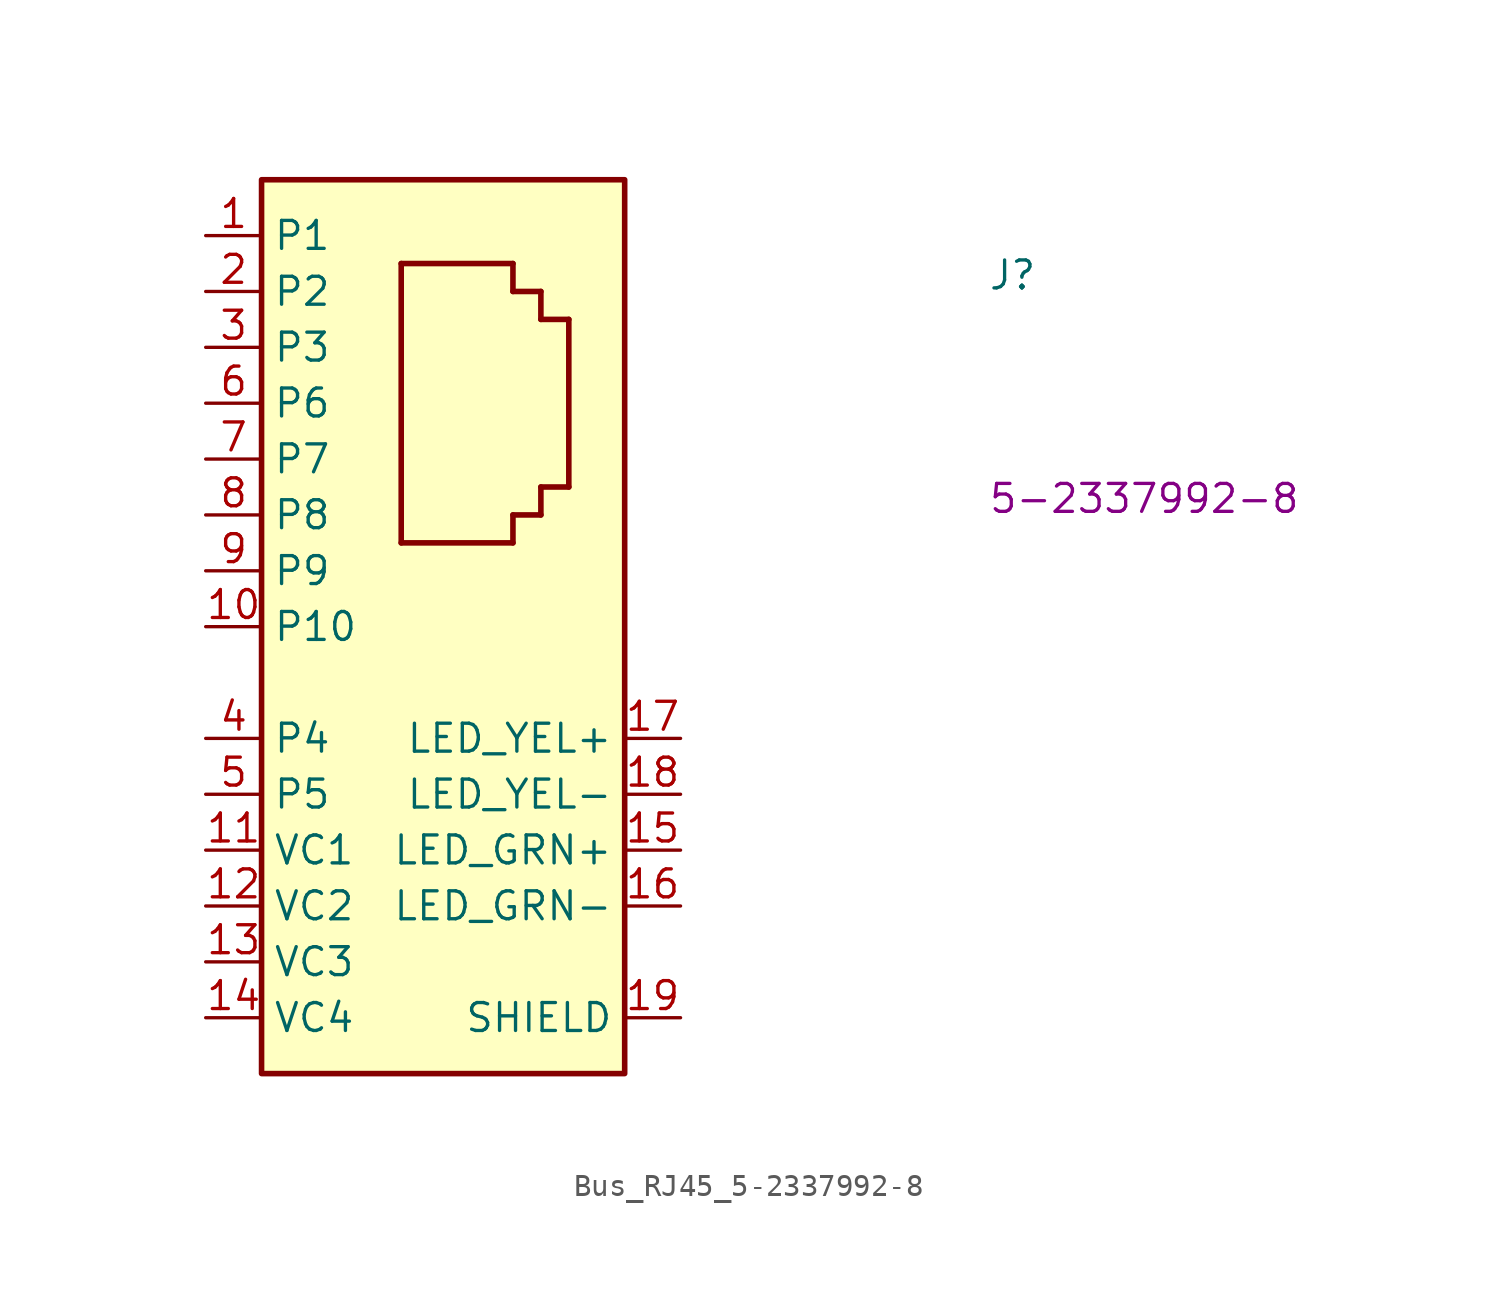
<source format=kicad_sym>
(kicad_symbol_lib
  (version 20220914)
  (generator kicad_symbol_editor)
  (symbol "Bus_RJ45_5-2337992-8"
    (property "Reference" "J"
      (at 35.56 -2.54 0)
      (effects (font (size 1.27 1.27) (thickness 0.15)) (justify left bottom)))
    (property "MPN" "5-2337992-8"
      (at 35.56 -12.7 0)
      (effects (font (size 1.27 1.27) (thickness 0.15)) (justify left bottom)))
    (symbol "Bus_RJ45_5-2337992-8_1_1"
      (polyline (pts (xy 8.89 -13.97) (xy 13.97 -13.97)) (stroke (width 0.254) (type default)) (fill (type background)))
      (polyline (pts (xy 8.89 -1.27) (xy 8.89 -13.97)) (stroke (width 0.254) (type default)) (fill (type background)))
      (polyline (pts (xy 8.89 -1.27) (xy 13.97 -1.27)) (stroke (width 0.254) (type default)) (fill (type background)))
      (polyline (pts (xy 13.97 -13.97) (xy 13.97 -12.7)) (stroke (width 0.254) (type default)) (fill (type background)))
      (polyline (pts (xy 13.97 -12.7) (xy 15.24 -12.7)) (stroke (width 0.254) (type default)) (fill (type background)))
      (polyline (pts (xy 13.97 -2.54) (xy 15.24 -2.54)) (stroke (width 0.254) (type default)) (fill (type background)))
      (polyline (pts (xy 13.97 -1.27) (xy 13.97 -2.54)) (stroke (width 0.254) (type default)) (fill (type background)))
      (polyline (pts (xy 15.24 -12.7) (xy 15.24 -11.43)) (stroke (width 0.254) (type default)) (fill (type background)))
      (polyline (pts (xy 15.24 -11.43) (xy 16.51 -11.43)) (stroke (width 0.254) (type default)) (fill (type background)))
      (polyline (pts (xy 15.24 -3.81) (xy 16.51 -3.81)) (stroke (width 0.254) (type default)) (fill (type background)))
      (polyline (pts (xy 15.24 -2.54) (xy 15.24 -3.81)) (stroke (width 0.254) (type default)) (fill (type background)))
      (polyline (pts (xy 16.51 -3.81) (xy 16.51 -11.43)) (stroke (width 0.254) (type default)) (fill (type background)))
      (rectangle (start 2.54 2.54) (end 19.05 -38.1) (stroke (width 0.254) (type default)) (fill (type background)))
      (pin bidirectional line (at 0 0 0) (length 2.54) (name "P1" (effects (font (size 1.27 1.27)))) (number "1" (effects (font (size 1.27 1.27)))))
      (pin bidirectional line (at 0 -17.78 0) (length 2.54) (name "P10" (effects (font (size 1.27 1.27)))) (number "10" (effects (font (size 1.27 1.27)))))
      (pin bidirectional line (at 0 -27.94 0) (length 2.54) (name "VC1" (effects (font (size 1.27 1.27)))) (number "11" (effects (font (size 1.27 1.27)))))
      (pin bidirectional line (at 0 -30.48 0) (length 2.54) (name "VC2" (effects (font (size 1.27 1.27)))) (number "12" (effects (font (size 1.27 1.27)))))
      (pin bidirectional line (at 0 -33.02 0) (length 2.54) (name "VC3" (effects (font (size 1.27 1.27)))) (number "13" (effects (font (size 1.27 1.27)))))
      (pin bidirectional line (at 0 -35.56 0) (length 2.54) (name "VC4" (effects (font (size 1.27 1.27)))) (number "14" (effects (font (size 1.27 1.27)))))
      (pin passive line (at 21.59 -27.94 180) (length 2.54) (name "LED_GRN+" (effects (font (size 1.27 1.27)))) (number "15" (effects (font (size 1.27 1.27)))))
      (pin passive line (at 21.59 -30.48 180) (length 2.54) (name "LED_GRN-" (effects (font (size 1.27 1.27)))) (number "16" (effects (font (size 1.27 1.27)))))
      (pin passive line (at 21.59 -22.86 180) (length 2.54) (name "LED_YEL+" (effects (font (size 1.27 1.27)))) (number "17" (effects (font (size 1.27 1.27)))))
      (pin passive line (at 21.59 -25.4 180) (length 2.54) (name "LED_YEL-" (effects (font (size 1.27 1.27)))) (number "18" (effects (font (size 1.27 1.27)))))
      (pin passive line (at 21.59 -35.56 180) (length 2.54) (name "SHIELD" (effects (font (size 1.27 1.27)))) (number "19" (effects (font (size 1.27 1.27)))))
      (pin bidirectional line (at 0 -2.54 0) (length 2.54) (name "P2" (effects (font (size 1.27 1.27)))) (number "2" (effects (font (size 1.27 1.27)))))
      (pin passive line (at 21.59 -35.56 180) (length 2.54) hide (name "SHIELD" (effects (font (size 1.27 1.27)))) (number "20" (effects (font (size 1.27 1.27)))))
      (pin bidirectional line (at 0 -5.08 0) (length 2.54) (name "P3" (effects (font (size 1.27 1.27)))) (number "3" (effects (font (size 1.27 1.27)))))
      (pin bidirectional line (at 0 -22.86 0) (length 2.54) (name "P4" (effects (font (size 1.27 1.27)))) (number "4" (effects (font (size 1.27 1.27)))))
      (pin bidirectional line (at 0 -25.4 0) (length 2.54) (name "P5" (effects (font (size 1.27 1.27)))) (number "5" (effects (font (size 1.27 1.27)))))
      (pin bidirectional line (at 0 -7.62 0) (length 2.54) (name "P6" (effects (font (size 1.27 1.27)))) (number "6" (effects (font (size 1.27 1.27)))))
      (pin bidirectional line (at 0 -10.16 0) (length 2.54) (name "P7" (effects (font (size 1.27 1.27)))) (number "7" (effects (font (size 1.27 1.27)))))
      (pin bidirectional line (at 0 -12.7 0) (length 2.54) (name "P8" (effects (font (size 1.27 1.27)))) (number "8" (effects (font (size 1.27 1.27)))))
      (pin bidirectional line (at 0 -15.24 0) (length 2.54) (name "P9" (effects (font (size 1.27 1.27)))) (number "9" (effects (font (size 1.27 1.27))))))))
</source>
